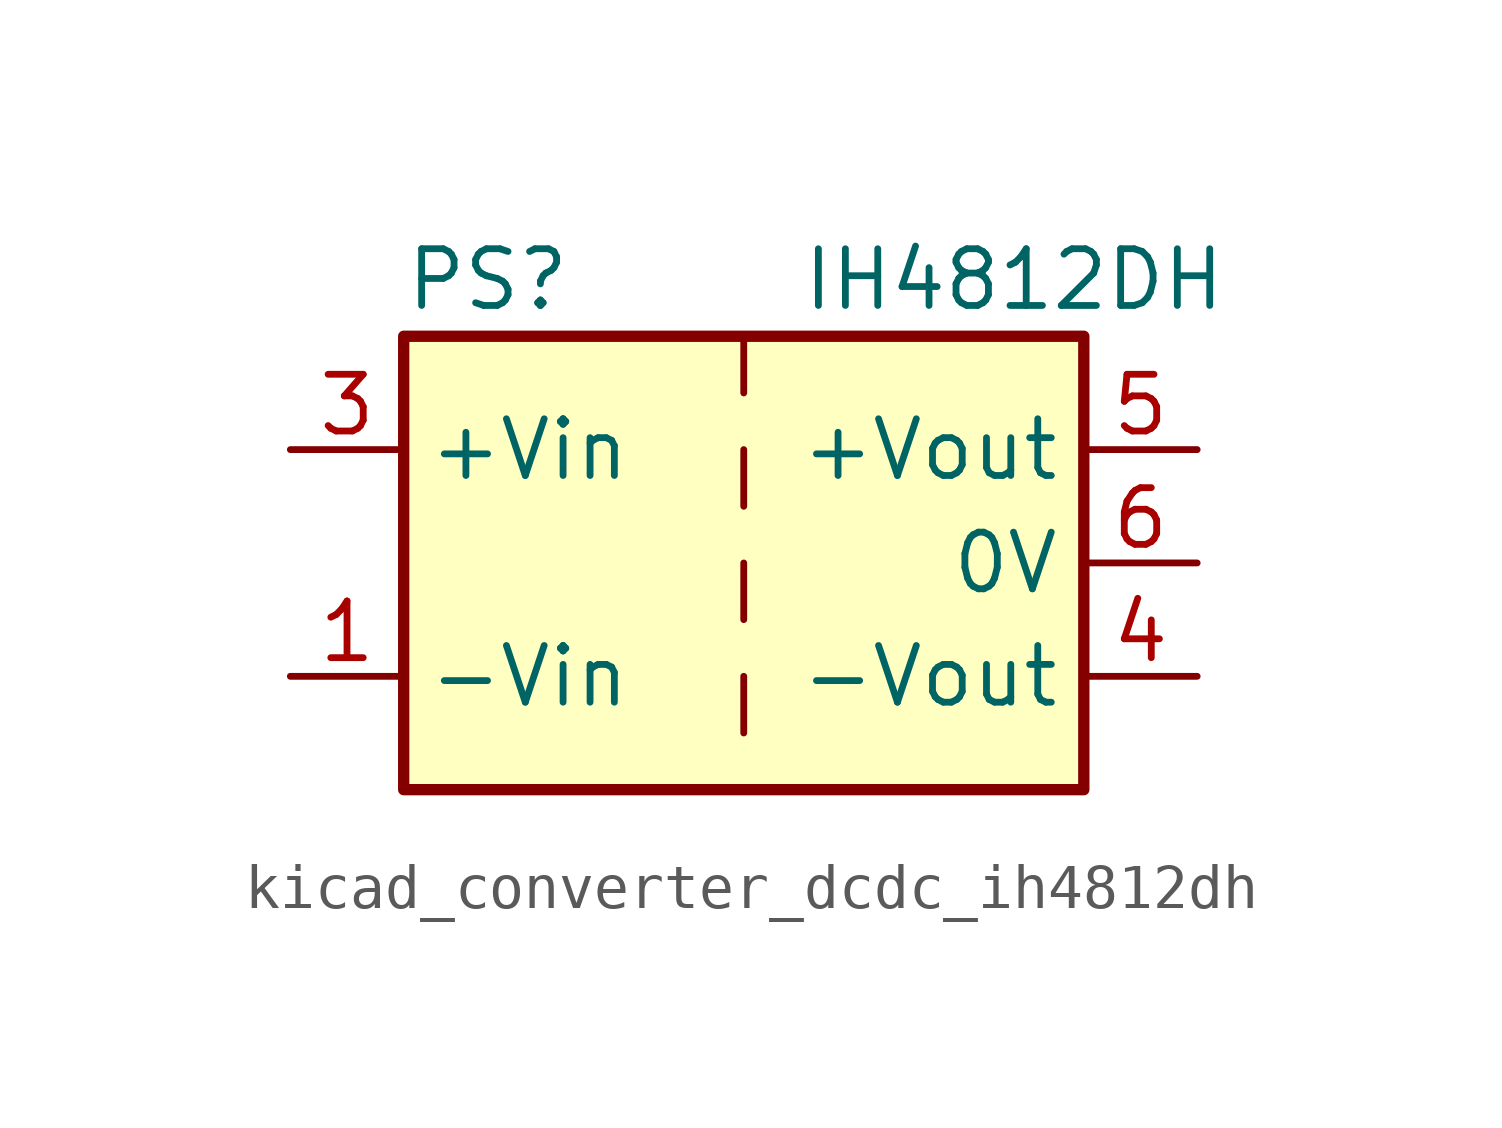
<source format=kicad_sym>
(kicad_symbol_lib
  (version 20220914)
  (generator kicad_symbol_editor)
  (symbol "kicad_converter_dcdc_ih4812dh"
    (property "Reference" "PS"
      (at -7.62 6.35 0)
      (effects (font (size 1.27 1.27)) (justify left)))
    (property "Value" "IH4812DH"
      (at 1.27 6.35 0)
      (effects (font (size 1.27 1.27)) (justify left)))
    (symbol "kicad_converter_dcdc_ih4812dh_0_0"
      (pin power_in line (at -10.16 -2.54 0) (length 2.54) (name "-Vin" (effects (font (size 1.27 1.27)))) (number "1" (effects (font (size 1.27 1.27)))))
      (pin power_in line (at -10.16 2.54 0) (length 2.54) (name "+Vin" (effects (font (size 1.27 1.27)))) (number "3" (effects (font (size 1.27 1.27)))))
      (pin power_out line (at 10.16 -2.54 180) (length 2.54) (name "-Vout" (effects (font (size 1.27 1.27)))) (number "4" (effects (font (size 1.27 1.27)))))
      (pin power_out line (at 10.16 2.54 180) (length 2.54) (name "+Vout" (effects (font (size 1.27 1.27)))) (number "5" (effects (font (size 1.27 1.27)))))
      (pin power_out line (at 10.16 0 180) (length 2.54) (name "0V" (effects (font (size 1.27 1.27)))) (number "6" (effects (font (size 1.27 1.27))))))
    (symbol "kicad_converter_dcdc_ih4812dh_0_1"
      (rectangle (start -7.62 5.08) (end 7.62 -5.08) (stroke (width 0.254) (type default)) (fill (type background)))
      (polyline (pts (xy 0 -2.54) (xy 0 -3.81)) (stroke (width 0) (type default)) (fill (type none)))
      (polyline (pts (xy 0 0) (xy 0 -1.27)) (stroke (width 0) (type default)) (fill (type none)))
      (polyline (pts (xy 0 2.54) (xy 0 1.27)) (stroke (width 0) (type default)) (fill (type none)))
      (polyline (pts (xy 0 5.08) (xy 0 3.81)) (stroke (width 0) (type default)) (fill (type none))))
    (symbol "kicad_converter_dcdc_ih4812dh_1_1"
      (pin no_connect line (at 0 -5.08 90) (length 2.54) hide (name "NC" (effects (font (size 1.27 1.27)))) (number "2" (effects (font (size 1.27 1.27))))))))
</source>
